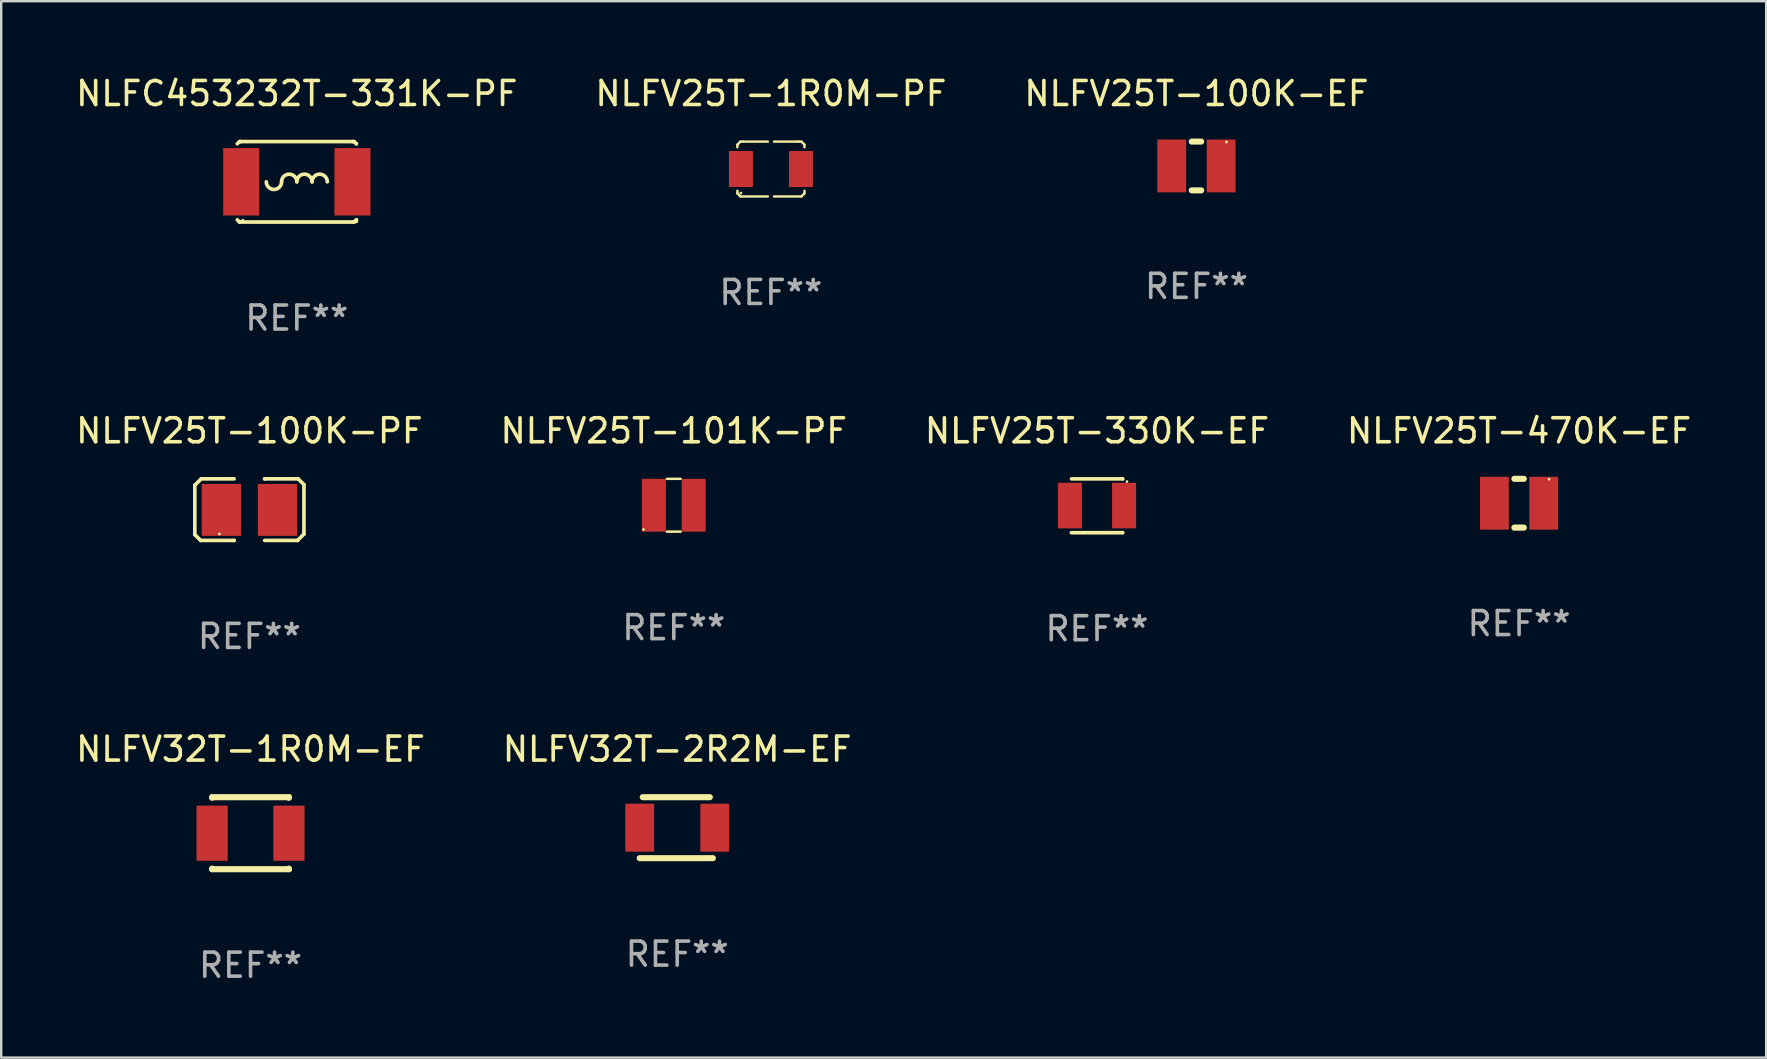
<source format=kicad_pcb>
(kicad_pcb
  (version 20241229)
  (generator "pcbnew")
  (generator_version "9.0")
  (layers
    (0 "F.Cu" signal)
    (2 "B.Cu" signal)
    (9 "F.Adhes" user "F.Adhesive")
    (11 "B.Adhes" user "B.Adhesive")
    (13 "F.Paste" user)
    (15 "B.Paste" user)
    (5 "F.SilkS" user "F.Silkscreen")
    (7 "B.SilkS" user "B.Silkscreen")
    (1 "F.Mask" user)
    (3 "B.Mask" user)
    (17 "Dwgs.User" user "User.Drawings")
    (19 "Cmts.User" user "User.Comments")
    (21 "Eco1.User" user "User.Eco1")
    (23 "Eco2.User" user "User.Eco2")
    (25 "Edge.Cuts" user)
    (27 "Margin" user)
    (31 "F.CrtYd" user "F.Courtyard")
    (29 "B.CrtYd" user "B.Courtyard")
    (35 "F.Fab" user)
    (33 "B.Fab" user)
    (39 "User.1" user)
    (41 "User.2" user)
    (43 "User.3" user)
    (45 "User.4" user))
  (footprint "NLFV25T-1R0M-PF"
    (layer "F.Cu")
    (at 29.065 3.991)
    (property "Reference" "NLFV25T-1R0M-PF" (at 0 -3.143 0) (layer "F.SilkS") (effects (font (size 1 1) (thickness 0.15))))
    (attr through_hole)
    (fp_line (start -1.397 -1.016) (end -1.397 -0.904) (stroke (width 0.1) (type solid)) (layer "F.SilkS"))
    (fp_line (start -1.397 0.904) (end -1.397 1.016) (stroke (width 0.1) (type solid)) (layer "F.SilkS"))
    (fp_line (start -1.397 1.016) (end -1.27 1.143) (stroke (width 0.1) (type solid)) (layer "F.SilkS"))
    (fp_line (start -1.27 -1.143) (end -1.397 -1.016) (stroke (width 0.1) (type solid)) (layer "F.SilkS"))
    (fp_line (start -1.27 1.143) (end -0.127 1.143) (stroke (width 0.1) (type solid)) (layer "F.SilkS"))
    (fp_line (start -1.143 -1.143) (end -1.27 -1.143) (stroke (width 0.1) (type solid)) (layer "F.SilkS"))
    (fp_line (start -0.127 -1.143) (end -1.143 -1.143) (stroke (width 0.1) (type solid)) (layer "F.SilkS"))
    (fp_line (start 0.127 -1.143) (end 1.143 -1.143) (stroke (width 0.1) (type solid)) (layer "F.SilkS"))
    (fp_line (start 1.143 -1.143) (end 1.27 -1.143) (stroke (width 0.1) (type solid)) (layer "F.SilkS"))
    (fp_line (start 1.27 -1.143) (end 1.397 -1.016) (stroke (width 0.1) (type solid)) (layer "F.SilkS"))
    (fp_line (start 1.27 1.143) (end 0.127 1.143) (stroke (width 0.1) (type solid)) (layer "F.SilkS"))
    (fp_line (start 1.397 -1.016) (end 1.397 -0.904) (stroke (width 0.1) (type solid)) (layer "F.SilkS"))
    (fp_line (start 1.397 0.904) (end 1.397 1.016) (stroke (width 0.1) (type solid)) (layer "F.SilkS"))
    (fp_line (start 1.397 1.016) (end 1.27 1.143) (stroke (width 0.1) (type solid)) (layer "F.SilkS"))
    (fp_circle (center -1.25 1) (end -1.22 1) (stroke (width 0.06) (type solid)) (fill no) (layer "F.SilkS"))
    (fp_text user "REF**" (at 0 5.143 0) (layer "F.Fab") (effects (font (size 1 1) (thickness 0.15))))
    (pad "1" smd rect (at -1.25 0) (size 1 1.5) (layers "F.Cu" "F.Mask" "F.Paste"))
    (pad "2" smd rect (at 1.25 0) (size 1 1.5) (layers "F.Cu" "F.Mask" "F.Paste")))
  (footprint "NLFC453232T-331K-PF"
    (layer "F.Cu")
    (at 9.315 4.524)
    (property "Reference" "NLFC453232T-331K-PF" (at 0 -3.676 0) (layer "F.SilkS") (effects (font (size 1 1) (thickness 0.15))))
    (attr through_hole)
    (fp_line (start -2.388 -1.676) (end -2.481 -1.583) (stroke (width 0.152) (type solid)) (layer "F.SilkS"))
    (fp_line (start -2.388 1.676) (end -2.481 1.583) (stroke (width 0.152) (type solid)) (layer "F.SilkS"))
    (fp_line (start -2.326 -1.676) (end -2.388 -1.676) (stroke (width 0.152) (type solid)) (layer "F.SilkS"))
    (fp_line (start -2.326 1.676) (end -2.388 1.676) (stroke (width 0.152) (type solid)) (layer "F.SilkS"))
    (fp_line (start 2.326 -1.676) (end -2.326 -1.676) (stroke (width 0.152) (type solid)) (layer "F.SilkS"))
    (fp_line (start 2.326 -1.676) (end 2.388 -1.676) (stroke (width 0.152) (type solid)) (layer "F.SilkS"))
    (fp_line (start 2.326 1.676) (end -2.326 1.676) (stroke (width 0.152) (type solid)) (layer "F.SilkS"))
    (fp_line (start 2.326 1.676) (end 2.388 1.676) (stroke (width 0.152) (type solid)) (layer "F.SilkS"))
    (fp_line (start 2.388 -1.676) (end 2.481 -1.583) (stroke (width 0.152) (type solid)) (layer "F.SilkS"))
    (fp_line (start 2.388 1.676) (end 2.481 1.583) (stroke (width 0.152) (type solid)) (layer "F.SilkS"))
    (fp_line (start 2.481 -1.583) (end 2.481 -1.584) (stroke (width 0.152) (type solid)) (layer "F.SilkS"))
    (fp_line (start 2.481 1.584) (end 2.481 1.651) (stroke (width 0.152) (type solid)) (layer "F.SilkS"))
    (fp_arc (start -0.636018 0) (mid -0.318009 -0.318009) (end 0 0) (stroke (width 0.151994) (type solid)) (layer "F.SilkS"))
    (fp_arc (start -0.635001 0) (mid -0.95301 0.318009) (end -1.271019 0) (stroke (width 0.151994) (type solid)) (layer "F.SilkS"))
    (fp_arc (start -0.001015 0) (mid 0.316993 -0.318008) (end 0.635001 0) (stroke (width 0.151994) (type solid)) (layer "F.SilkS"))
    (fp_arc (start 0.633985 0) (mid 0.951994 -0.318009) (end 1.270003 0) (stroke (width 0.151994) (type solid)) (layer "F.SilkS"))
    (fp_circle (center -2.25 1.6) (end -2.22 1.6) (stroke (width 0.06) (type solid)) (fill no) (layer "F.SilkS"))
    (fp_text user "REF**" (at 0 5.676 0) (layer "F.Fab") (effects (font (size 1 1) (thickness 0.15))))
    (pad "1" smd rect (at -2.318 0) (size 1.5 2.808) (layers "F.Cu" "F.Mask" "F.Paste"))
    (pad "2" smd rect (at 2.318 0) (size 1.5 2.808) (layers "F.Cu" "F.Mask" "F.Paste")))
  (footprint "NLFV32T-1R0M-EF"
    (layer "F.Cu")
    (at 7.387 31.659)
    (property "Reference" "NLFV32T-1R0M-EF" (at 0 -3.5 0) (layer "F.SilkS") (effects (font (size 1 1) (thickness 0.15))))
    (attr through_hole)
    (fp_line (start -1.6 -1.5) (end 1.6 -1.5) (stroke (width 0.254) (type solid)) (layer "F.SilkS"))
    (fp_line (start -1.6 -1.476) (end -1.6 -1.5) (stroke (width 0.254) (type solid)) (layer "F.SilkS"))
    (fp_line (start -1.6 1.5) (end -1.6 1.476) (stroke (width 0.254) (type solid)) (layer "F.SilkS"))
    (fp_line (start -1.6 1.5) (end 1.6 1.5) (stroke (width 0.254) (type solid)) (layer "F.SilkS"))
    (fp_line (start 1.6 -1.5) (end 1.6 -1.476) (stroke (width 0.254) (type solid)) (layer "F.SilkS"))
    (fp_line (start 1.6 1.476) (end 1.6 1.5) (stroke (width 0.254) (type solid)) (layer "F.SilkS"))
    (fp_text user "REF**" (at 0 5.5 0) (layer "F.Fab") (effects (font (size 1 1) (thickness 0.15))))
    (pad "1" smd rect (at -1.6 0 90) (size 2.3 1.3) (layers "F.Cu" "F.Mask" "F.Paste"))
    (pad "2" smd rect (at 1.6 0 90) (size 2.3 1.3) (layers "F.Cu" "F.Mask" "F.Paste")))
  (footprint "NLFV25T-100K-EF"
    (layer "F.Cu")
    (at 46.792 3.864)
    (property "Reference" "NLFV25T-100K-EF" (at 0 -3.016 0) (layer "F.SilkS") (effects (font (size 1 1) (thickness 0.15))))
    (attr through_hole)
    (fp_line (start -0.197 1.016) (end 0.197 1.016) (stroke (width 0.254) (type solid)) (layer "F.SilkS"))
    (fp_line (start 0.197 -1.016) (end -0.197 -1.016) (stroke (width 0.254) (type solid)) (layer "F.SilkS"))
    (fp_circle (center 1.25 -1) (end 1.28 -1) (stroke (width 0.06) (type solid)) (fill no) (layer "F.SilkS"))
    (fp_text user "REF**" (at 0 5.016 0) (layer "F.Fab") (effects (font (size 1 1) (thickness 0.15))))
    (pad "1" smd rect (at 1.028 0) (size 1.2 2.2) (layers "F.Cu" "F.Mask" "F.Paste"))
    (pad "2" smd rect (at -1.028 0) (size 1.2 2.2) (layers "F.Cu" "F.Mask" "F.Paste")))
  (footprint "NLFV25T-101K-PF"
    (layer "F.Cu")
    (at 25.018 17.997)
    (property "Reference" "NLFV25T-101K-PF" (at 0 -3.1 0) (layer "F.SilkS") (effects (font (size 1 1) (thickness 0.15))))
    (attr through_hole)
    (fp_line (start -0.287 -1.1) (end 0.287 -1.1) (stroke (width 0.102) (type solid)) (layer "F.SilkS"))
    (fp_line (start 0.287 1.1) (end -0.287 1.1) (stroke (width 0.102) (type solid)) (layer "F.SilkS"))
    (fp_circle (center -1.26 1.01) (end -1.23 1.01) (stroke (width 0.06) (type solid)) (fill no) (layer "F.SilkS"))
    (fp_text user "REF**" (at 0 5.1 0) (layer "F.Fab") (effects (font (size 1 1) (thickness 0.15))))
    (pad "1" smd rect (at -0.83 0) (size 1 2.2) (layers "F.Cu" "F.Mask" "F.Paste"))
    (pad "2" smd rect (at 0.83 0) (size 1 2.2) (layers "F.Cu" "F.Mask" "F.Paste")))
  (footprint "NLFV32T-2R2M-EF"
    (layer "F.Cu")
    (at 25.161 31.429)
    (property "Reference" "NLFV32T-2R2M-EF" (at 0 -3.27 0) (layer "F.SilkS") (effects (font (size 1 1) (thickness 0.15))))
    (attr through_hole)
    (fp_line (start -1.562 1.27) (end 1.486 1.27) (stroke (width 0.254) (type solid)) (layer "F.SilkS"))
    (fp_line (start -1.435 -1.27) (end 1.359 -1.27) (stroke (width 0.254) (type solid)) (layer "F.SilkS"))
    (fp_circle (center -1.6 1.25) (end -1.57 1.25) (stroke (width 0.06) (type solid)) (fill no) (layer "F.SilkS"))
    (fp_text user "REF**" (at 0 5.27 0) (layer "F.Fab") (effects (font (size 1 1) (thickness 0.15))))
    (pad "1" smd rect (at -1.562 0 180) (size 1.2 2) (layers "F.Cu" "F.Mask" "F.Paste"))
    (pad "2" smd rect (at 1.562 0 180) (size 1.2 2) (layers "F.Cu" "F.Mask" "F.Paste")))
  (footprint "NLFV25T-470K-EF"
    (layer "F.Cu")
    (at 60.232 17.913)
    (property "Reference" "NLFV25T-470K-EF" (at 0 -3.016 0) (layer "F.SilkS") (effects (font (size 1 1) (thickness 0.15))))
    (attr through_hole)
    (fp_line (start -0.197 1.016) (end 0.197 1.016) (stroke (width 0.254) (type solid)) (layer "F.SilkS"))
    (fp_line (start 0.197 -1.016) (end -0.197 -1.016) (stroke (width 0.254) (type solid)) (layer "F.SilkS"))
    (fp_circle (center 1.25 -1) (end 1.28 -1) (stroke (width 0.06) (type solid)) (fill no) (layer "F.SilkS"))
    (fp_text user "REF**" (at 0 5.016 0) (layer "F.Fab") (effects (font (size 1 1) (thickness 0.15))))
    (pad "1" smd rect (at 1.028 0) (size 1.2 2.2) (layers "F.Cu" "F.Mask" "F.Paste"))
    (pad "2" smd rect (at -1.028 0) (size 1.2 2.2) (layers "F.Cu" "F.Mask" "F.Paste")))
  (footprint "NLFV25T-100K-PF"
    (layer "F.Cu")
    (at 7.339 18.18)
    (property "Reference" "NLFV25T-100K-PF" (at 0 -3.283 0) (layer "F.SilkS") (effects (font (size 1 1) (thickness 0.15))))
    (attr through_hole)
    (fp_line (start -2.273 -1.016) (end -2.007 -1.283) (stroke (width 0.152) (type solid)) (layer "F.SilkS"))
    (fp_line (start -2.273 1.041) (end -2.273 -1.016) (stroke (width 0.152) (type solid)) (layer "F.SilkS"))
    (fp_line (start -2.032 1.283) (end -2.273 1.041) (stroke (width 0.152) (type solid)) (layer "F.SilkS"))
    (fp_line (start -2.007 -1.283) (end -0.635 -1.283) (stroke (width 0.152) (type solid)) (layer "F.SilkS"))
    (fp_line (start -0.635 1.283) (end -2.032 1.283) (stroke (width 0.152) (type solid)) (layer "F.SilkS"))
    (fp_line (start -0.635 1.283) (end -0.635 1.283) (stroke (width 0.152) (type solid)) (layer "F.SilkS"))
    (fp_line (start 0.635 -1.283) (end 0.635 -1.283) (stroke (width 0.152) (type solid)) (layer "F.SilkS"))
    (fp_line (start 0.635 -1.283) (end 2.032 -1.283) (stroke (width 0.152) (type solid)) (layer "F.SilkS"))
    (fp_line (start 2.007 1.283) (end 0.635 1.283) (stroke (width 0.152) (type solid)) (layer "F.SilkS"))
    (fp_line (start 2.032 -1.283) (end 2.273 -1.041) (stroke (width 0.152) (type solid)) (layer "F.SilkS"))
    (fp_line (start 2.273 -1.041) (end 2.273 1.016) (stroke (width 0.152) (type solid)) (layer "F.SilkS"))
    (fp_line (start 2.273 1.016) (end 2.007 1.283) (stroke (width 0.152) (type solid)) (layer "F.SilkS"))
    (fp_circle (center -1.25 1.013) (end -1.22 1.013) (stroke (width 0.06) (type solid)) (fill no) (layer "F.SilkS"))
    (fp_text user "REF**" (at 0 5.283 0) (layer "F.Fab") (effects (font (size 1 1) (thickness 0.15))))
    (pad "1" smd rect (at -1.167 0.013) (size 1.635 2.16) (layers "F.Cu" "F.Mask" "F.Paste"))
    (pad "2" smd rect (at 1.168 0.013) (size 1.635 2.16) (layers "F.Cu" "F.Mask" "F.Paste")))
  (footprint "NLFV25T-330K-EF"
    (layer "F.Cu")
    (at 42.649 18.019)
    (property "Reference" "NLFV25T-330K-EF" (at 0 -3.122 0) (layer "F.SilkS") (effects (font (size 1 1) (thickness 0.15))))
    (attr through_hole)
    (fp_line (start -1.069 1.122) (end 1.063 1.122) (stroke (width 0.15) (type solid)) (layer "F.SilkS"))
    (fp_line (start -1.063 -1.12) (end 1.069 -1.12) (stroke (width 0.15) (type solid)) (layer "F.SilkS"))
    (fp_line (start 1.063 1.122) (end 1.069 1.115) (stroke (width 0.15) (type solid)) (layer "F.SilkS"))
    (fp_line (start 1.069 -1.12) (end 1.066 -1.122) (stroke (width 0.15) (type solid)) (layer "F.SilkS"))
    (fp_circle (center 1.25 -1.008) (end 1.28 -1.008) (stroke (width 0.06) (type solid)) (fill no) (layer "F.SilkS"))
    (fp_text user "REF**" (at 0 5.122 0) (layer "F.Fab") (effects (font (size 1 1) (thickness 0.15))))
    (pad "1" smd rect (at 1.128 -0.008) (size 1 1.9) (layers "F.Cu" "F.Mask" "F.Paste"))
    (pad "2" smd rect (at -1.128 -0.008) (size 1 1.9) (layers "F.Cu" "F.Mask" "F.Paste")))
  (gr_rect
    (start -3 -3)
    (end 70.524 41.007)
    (stroke (width 0.1) (type default))
    (fill no)
    (layer "Edge.Cuts")))
</source>
